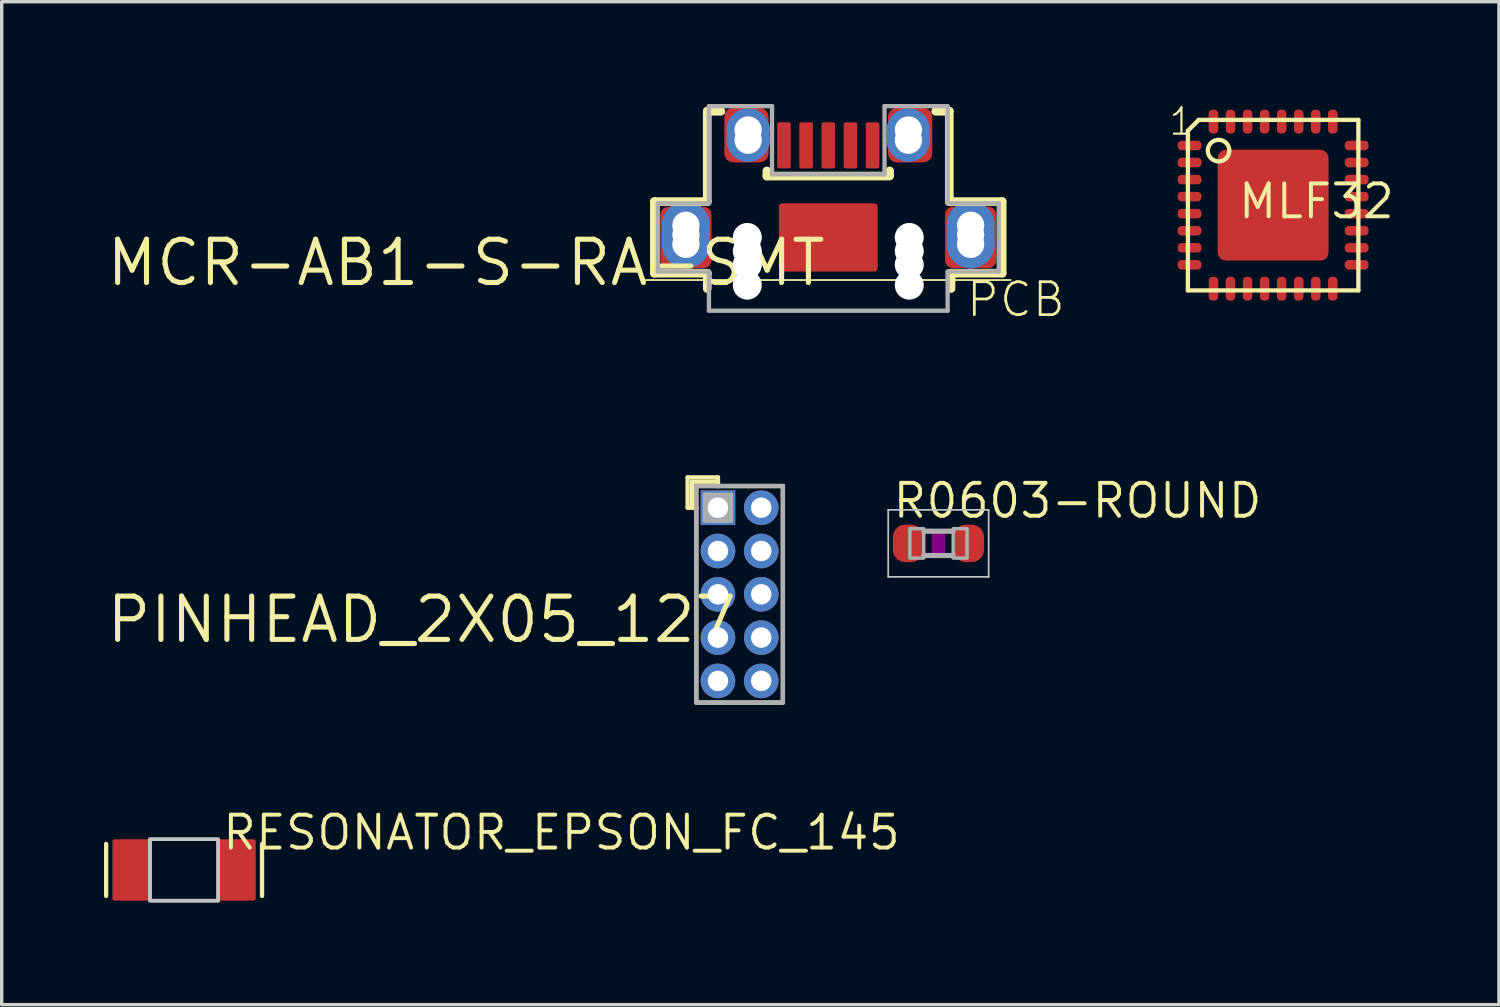
<source format=kicad_pcb>
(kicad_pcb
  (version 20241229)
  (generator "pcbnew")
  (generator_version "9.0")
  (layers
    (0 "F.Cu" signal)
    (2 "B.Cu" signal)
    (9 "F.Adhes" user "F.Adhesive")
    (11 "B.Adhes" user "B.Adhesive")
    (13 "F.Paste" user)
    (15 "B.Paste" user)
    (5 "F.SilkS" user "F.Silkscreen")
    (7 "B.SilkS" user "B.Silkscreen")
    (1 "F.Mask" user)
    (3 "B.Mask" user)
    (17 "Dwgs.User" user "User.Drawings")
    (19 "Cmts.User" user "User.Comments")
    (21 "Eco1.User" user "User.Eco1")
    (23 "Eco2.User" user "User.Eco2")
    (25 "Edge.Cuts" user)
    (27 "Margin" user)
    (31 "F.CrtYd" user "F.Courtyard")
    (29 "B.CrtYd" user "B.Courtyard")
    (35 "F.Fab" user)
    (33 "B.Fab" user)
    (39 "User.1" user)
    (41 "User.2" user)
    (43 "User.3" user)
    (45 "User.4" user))
  (footprint "PINHEAD_2X05_127"
    (layer "F.Cu")
    (at 18.641 14.38)
    (property "Reference" "PINHEAD_2X05_127" (at 0 0 0) (layer "F.SilkS") (effects (font (size 1.27 1.27) (thickness 0.15)) (justify right top)))
    (attr through_hole)
    (fp_line (start -1.524 -3.429) (end -1.524 -2.54) (stroke (width 0.127) (type solid)) (layer "F.SilkS"))
    (fp_line (start -1.524 -2.54) (end -1.27 -2.54) (stroke (width 0.127) (type solid)) (layer "F.SilkS"))
    (fp_line (start -1.397 -3.302) (end -0.635 -3.302) (stroke (width 0.127) (type solid)) (layer "F.SilkS"))
    (fp_line (start -1.397 -2.54) (end -1.397 -3.302) (stroke (width 0.127) (type solid)) (layer "F.SilkS"))
    (fp_line (start -1.27 -3.175) (end -0.635 -3.175) (stroke (width 0.127) (type solid)) (layer "F.SilkS"))
    (fp_line (start -1.27 -2.54) (end -1.397 -2.54) (stroke (width 0.127) (type solid)) (layer "F.SilkS"))
    (fp_line (start -1.27 -2.54) (end -1.27 -3.175) (stroke (width 0.127) (type solid)) (layer "F.SilkS"))
    (fp_line (start -1.27 3.175) (end -1.27 -2.54) (stroke (width 0.127) (type solid)) (layer "F.SilkS"))
    (fp_line (start -0.635 -3.429) (end -1.524 -3.429) (stroke (width 0.127) (type solid)) (layer "F.SilkS"))
    (fp_line (start -0.635 -3.302) (end -0.635 -3.175) (stroke (width 0.127) (type solid)) (layer "F.SilkS"))
    (fp_line (start -0.635 -3.175) (end -0.635 -3.429) (stroke (width 0.127) (type solid)) (layer "F.SilkS"))
    (fp_line (start -0.635 -3.175) (end 1.27 -3.175) (stroke (width 0.127) (type solid)) (layer "F.SilkS"))
    (fp_line (start 1.27 -3.175) (end 1.27 3.175) (stroke (width 0.127) (type solid)) (layer "F.SilkS"))
    (fp_line (start 1.27 3.175) (end -1.27 3.175) (stroke (width 0.127) (type solid)) (layer "F.SilkS"))
    (fp_line (start -1.27 -3.175) (end 1.27 -3.175) (stroke (width 0.127) (type solid)) (layer "F.Fab"))
    (fp_line (start -1.27 3.175) (end -1.27 -3.175) (stroke (width 0.127) (type solid)) (layer "F.Fab"))
    (fp_line (start -1.016 -2.921) (end -0.254 -2.921) (stroke (width 0.127) (type solid)) (layer "F.Fab"))
    (fp_line (start -1.016 -2.159) (end -1.016 -2.921) (stroke (width 0.127) (type solid)) (layer "F.Fab"))
    (fp_line (start -0.889 -2.794) (end -0.889 -2.286) (stroke (width 0.127) (type solid)) (layer "F.Fab"))
    (fp_line (start -0.889 -2.286) (end -0.381 -2.286) (stroke (width 0.127) (type solid)) (layer "F.Fab"))
    (fp_line (start -0.762 -2.667) (end -0.762 -2.413) (stroke (width 0.127) (type solid)) (layer "F.Fab"))
    (fp_line (start -0.762 -2.413) (end -0.635 -2.413) (stroke (width 0.127) (type solid)) (layer "F.Fab"))
    (fp_line (start -0.635 -2.667) (end -0.635 -2.413) (stroke (width 0.127) (type solid)) (layer "F.Fab"))
    (fp_line (start -0.635 -2.413) (end -0.508 -2.413) (stroke (width 0.127) (type solid)) (layer "F.Fab"))
    (fp_line (start -0.508 -2.667) (end -0.635 -2.667) (stroke (width 0.127) (type solid)) (layer "F.Fab"))
    (fp_line (start -0.508 -2.413) (end -0.508 -2.667) (stroke (width 0.127) (type solid)) (layer "F.Fab"))
    (fp_line (start -0.381 -2.794) (end -0.889 -2.794) (stroke (width 0.127) (type solid)) (layer "F.Fab"))
    (fp_line (start -0.381 -2.286) (end -0.381 -2.794) (stroke (width 0.127) (type solid)) (layer "F.Fab"))
    (fp_line (start -0.254 -2.921) (end -0.254 -2.159) (stroke (width 0.127) (type solid)) (layer "F.Fab"))
    (fp_line (start -0.254 -2.159) (end -1.016 -2.159) (stroke (width 0.127) (type solid)) (layer "F.Fab"))
    (fp_line (start 1.27 -3.175) (end 1.27 3.175) (stroke (width 0.127) (type solid)) (layer "F.Fab"))
    (fp_line (start 1.27 3.175) (end -1.27 3.175) (stroke (width 0.127) (type solid)) (layer "F.Fab"))
    (pad "1" thru_hole rect (at -0.635 -2.54) (size 1.016 1.016) (drill 0.6) (layers "*.Cu" "*.Mask"))
    (pad "2" thru_hole circle (at 0.635 -2.54) (size 1.016 1.016) (drill 0.6) (layers "*.Cu" "*.Mask"))
    (pad "3" thru_hole circle (at -0.635 -1.27) (size 1.016 1.016) (drill 0.6) (layers "*.Cu" "*.Mask"))
    (pad "4" thru_hole circle (at 0.635 -1.27) (size 1.016 1.016) (drill 0.6) (layers "*.Cu" "*.Mask"))
    (pad "5" thru_hole circle (at -0.635 0) (size 1.016 1.016) (drill 0.6) (layers "*.Cu" "*.Mask"))
    (pad "6" thru_hole circle (at 0.635 0) (size 1.016 1.016) (drill 0.6) (layers "*.Cu" "*.Mask"))
    (pad "7" thru_hole circle (at -0.635 1.27) (size 1.016 1.016) (drill 0.6) (layers "*.Cu" "*.Mask"))
    (pad "8" thru_hole circle (at 0.635 1.27) (size 1.016 1.016) (drill 0.6) (layers "*.Cu" "*.Mask"))
    (pad "9" thru_hole circle (at -0.635 2.54) (size 1.016 1.016) (drill 0.6) (layers "*.Cu" "*.Mask"))
    (pad "10" thru_hole circle (at 0.635 2.54) (size 1.016 1.016) (drill 0.6) (layers "*.Cu" "*.Mask")))
  (footprint "MCR-AB1-S-RA-SMT"
    (layer "F.Cu")
    (at 21.242 3.913)
    (property "Reference" "MCR-AB1-S-RA-SMT" (at 0 0 0) (layer "F.SilkS") (effects (font (size 1.27 1.27) (thickness 0.15)) (justify right top)))
    (attr through_hole)
    (fp_line (start -5.35 1.25) (end 5.35 1.25) (stroke (width 0.051) (type solid)) (layer "F.SilkS"))
    (fp_line (start -5.1 -1.05) (end -5.1 1.05) (stroke (width 0.254) (type solid)) (layer "F.SilkS"))
    (fp_line (start -5.1 1.05) (end -3.55 1.05) (stroke (width 0.254) (type solid)) (layer "F.SilkS"))
    (fp_line (start -3.55 -3.7) (end -3.55 -1.05) (stroke (width 0.254) (type solid)) (layer "F.SilkS"))
    (fp_line (start -3.55 -1.05) (end -5.1 -1.05) (stroke (width 0.254) (type solid)) (layer "F.SilkS"))
    (fp_line (start -3.55 1.05) (end -3.55 1.5) (stroke (width 0.254) (type solid)) (layer "F.SilkS"))
    (fp_line (start -3.15 -3.7) (end -3.55 -3.7) (stroke (width 0.254) (type solid)) (layer "F.SilkS"))
    (fp_line (start -1.8 -1.8) (end -1.8 -1.95) (stroke (width 0.254) (type solid)) (layer "F.SilkS"))
    (fp_line (start -1.75 -1.8) (end -1.8 -1.8) (stroke (width 0.254) (type solid)) (layer "F.SilkS"))
    (fp_line (start -1.7 -1.8) (end 1.75 -1.8) (stroke (width 0.254) (type solid)) (layer "F.SilkS"))
    (fp_line (start 1.8 -1.8) (end 1.8 -1.95) (stroke (width 0.254) (type solid)) (layer "F.SilkS"))
    (fp_line (start 3.55 -3.7) (end 3.15 -3.7) (stroke (width 0.254) (type solid)) (layer "F.SilkS"))
    (fp_line (start 3.55 -1.05) (end 3.55 -3.7) (stroke (width 0.254) (type solid)) (layer "F.SilkS"))
    (fp_line (start 3.6 1.05) (end 5.1 1.05) (stroke (width 0.254) (type solid)) (layer "F.SilkS"))
    (fp_line (start 3.6 1.5) (end 3.6 1.05) (stroke (width 0.254) (type solid)) (layer "F.SilkS"))
    (fp_line (start 5.1 -1.05) (end 3.55 -1.05) (stroke (width 0.254) (type solid)) (layer "F.SilkS"))
    (fp_line (start 5.1 1.05) (end 5.1 -1.05) (stroke (width 0.254) (type solid)) (layer "F.SilkS"))
    (fp_line (start -3.8 -0.525) (end -3.8 0.525) (stroke (width 0.075) (type solid)) (layer "F.Paste"))
    (fp_line (start -5 -1) (end -5 1) (stroke (width 0.127) (type solid)) (layer "F.Fab"))
    (fp_line (start -5 1) (end -3.5 1) (stroke (width 0.127) (type solid)) (layer "F.Fab"))
    (fp_line (start -3.5 -3.85) (end -3.5 -1) (stroke (width 0.127) (type solid)) (layer "F.Fab"))
    (fp_line (start -3.5 -1) (end -5 -1) (stroke (width 0.127) (type solid)) (layer "F.Fab"))
    (fp_line (start -3.5 1) (end -3.5 2.15) (stroke (width 0.127) (type solid)) (layer "F.Fab"))
    (fp_line (start -3.5 2.15) (end 3.5 2.15) (stroke (width 0.127) (type solid)) (layer "F.Fab"))
    (fp_line (start -1.65 -3.85) (end -3.5 -3.85) (stroke (width 0.127) (type solid)) (layer "F.Fab"))
    (fp_line (start -1.65 -3.85) (end -1.65 -1.85) (stroke (width 0.127) (type solid)) (layer "F.Fab"))
    (fp_line (start -1.65 -1.85) (end 1.65 -1.85) (stroke (width 0.127) (type solid)) (layer "F.Fab"))
    (fp_line (start 1.65 -1.85) (end 1.65 -3.85) (stroke (width 0.127) (type solid)) (layer "F.Fab"))
    (fp_line (start 3.5 -3.85) (end 1.65 -3.85) (stroke (width 0.127) (type solid)) (layer "F.Fab"))
    (fp_line (start 3.5 -1) (end 3.5 -3.85) (stroke (width 0.127) (type solid)) (layer "F.Fab"))
    (fp_line (start 3.5 1) (end 5 1) (stroke (width 0.127) (type solid)) (layer "F.Fab"))
    (fp_line (start 3.5 2.15) (end 3.5 1) (stroke (width 0.127) (type solid)) (layer "F.Fab"))
    (fp_line (start 5 -1) (end 3.5 -1) (stroke (width 0.127) (type solid)) (layer "F.Fab"))
    (fp_line (start 5 1) (end 5 -1) (stroke (width 0.127) (type solid)) (layer "F.Fab"))
    (fp_text user "Modify SOLDER PADS" (at 6.35 3.81 0) (layer "B.Mask") (effects (font (size 0.772 0.772) (thickness 0.065)) (justify left bottom mirror)))
    (fp_text user "PCB" (at 4.001 2.387 0) (layer "F.SilkS") (effects (font (size 0.965 0.965) (thickness 0.081)) (justify left bottom)))
    (pad "" np_thru_hole circle (at -2.375 0) (size 0.85 0.85) (drill 0.85) (layers "*.Cu" "*.Mask"))
    (pad "" np_thru_hole circle (at -2.375 0.4) (size 0.85 0.85) (drill 0.85) (layers "*.Cu" "*.Mask"))
    (pad "" np_thru_hole circle (at -2.375 0.8) (size 0.85 0.85) (drill 0.85) (layers "*.Cu" "*.Mask"))
    (pad "" np_thru_hole circle (at -2.375 1.4) (size 0.85 0.85) (drill 0.85) (layers "*.Cu" "*.Mask"))
    (pad "" np_thru_hole circle (at 2.375 0) (size 0.85 0.85) (drill 0.85) (layers "*.Cu" "*.Mask"))
    (pad "" np_thru_hole circle (at 2.375 0.4) (size 0.85 0.85) (drill 0.85) (layers "*.Cu" "*.Mask"))
    (pad "" np_thru_hole circle (at 2.375 0.8) (size 0.85 0.85) (drill 0.85) (layers "*.Cu" "*.Mask"))
    (pad "" np_thru_hole circle (at 2.375 1.4) (size 0.85 0.85) (drill 0.85) (layers "*.Cu" "*.Mask"))
    (pad "1" smd roundrect (at -1.3 -2.7 90) (size 1.35 0.4) (layers "F.Cu" "F.Mask" "F.Paste") (roundrect_rratio 0.127))
    (pad "2" smd roundrect (at -0.65 -2.7 90) (size 1.35 0.4) (layers "F.Cu" "F.Mask" "F.Paste") (roundrect_rratio 0.127))
    (pad "3" smd roundrect (at 0 -2.7 90) (size 1.35 0.4) (layers "F.Cu" "F.Mask" "F.Paste") (roundrect_rratio 0.127))
    (pad "4" smd roundrect (at 0.65 -2.7 90) (size 1.35 0.4) (layers "F.Cu" "F.Mask" "F.Paste") (roundrect_rratio 0.127))
    (pad "5" smd roundrect (at 1.3 -2.7 90) (size 1.35 0.4) (layers "F.Cu" "F.Mask" "F.Paste") (roundrect_rratio 0.127))
    (pad "P$1" thru_hole circle (at -4.175 -0.356) (size 1.41 1.41) (drill 0.8) (layers "*.Cu" "*.Mask"))
    (pad "P$2" smd roundrect (at 0 0) (size 2.9 2) (layers "F.Cu" "F.Mask" "F.Paste") (roundrect_rratio 0.05))
    (pad "P$3" thru_hole circle (at -4.175 -0.076) (size 1.41 1.41) (drill 0.8) (layers "*.Cu" "*.Mask"))
    (pad "P$4" thru_hole circle (at -4.175 0.203) (size 1.41 1.41) (drill 0.8) (layers "*.Cu" "*.Mask"))
    (pad "P$5" thru_hole circle (at 4.175 -0.356) (size 1.41 1.41) (drill 0.8) (layers "*.Cu" "*.Mask"))
    (pad "P$6" thru_hole circle (at 4.175 -0.076) (size 1.41 1.41) (drill 0.8) (layers "*.Cu" "*.Mask"))
    (pad "P$7" thru_hole circle (at 4.175 0.203) (size 1.41 1.41) (drill 0.8) (layers "*.Cu" "*.Mask"))
    (pad "P$8" thru_hole circle (at -2.35 -3.15) (size 1.27 1.27) (drill 0.8) (layers "*.Cu" "*.Mask"))
    (pad "P$9" thru_hole circle (at -2.35 -2.85) (size 1.27 1.27) (drill 0.8) (layers "*.Cu" "*.Mask"))
    (pad "P$10" thru_hole circle (at 2.35 -3.15) (size 1.27 1.27) (drill 0.8) (layers "*.Cu" "*.Mask"))
    (pad "P$11" thru_hole circle (at 2.35 -2.85) (size 1.27 1.27) (drill 0.8) (layers "*.Cu" "*.Mask"))
    (pad "S1" smd roundrect (at -2.4 -3 90) (size 1.6 1.3) (layers "F.Cu" "F.Mask" "F.Paste") (roundrect_rratio 0.2))
    (pad "S2" smd roundrect (at 2.4 -3 90) (size 1.6 1.3) (layers "F.Cu" "F.Mask" "F.Paste") (roundrect_rratio 0.2))
    (pad "S3" smd roundrect (at -4.175 0 90) (size 1.8 1.5) (layers "F.Cu" "F.Mask" "F.Paste") (roundrect_rratio 0.15))
    (pad "S4" smd roundrect (at 4.175 0 90) (size 1.8 1.5) (layers "F.Cu" "F.Mask" "F.Paste") (roundrect_rratio 0.15)))
  (footprint "RESONATOR_EPSON_FC_145"
    (layer "F.Cu")
    (at 2.349 22.465)
    (property "Reference" "RESONATOR_EPSON_FC_145" (at 1.067 -0.533 0) (layer "F.SilkS") (effects (font (size 0.965 0.965) (thickness 0.116)) (justify left bottom)))
    (attr through_hole)
    (fp_line (start -2.286 -0.762) (end -2.286 0.762) (stroke (width 0.127) (type solid)) (layer "F.SilkS"))
    (fp_line (start 2.286 -0.762) (end 2.286 0.762) (stroke (width 0.127) (type solid)) (layer "F.SilkS"))
    (fp_poly (pts (xy -1 0.9) (xy 1 0.9) (xy 1 -0.9) (xy -1 -0.9)) (stroke (width 0.1) (type solid)) (fill no) (layer "Dwgs.User"))
    (fp_poly (pts (xy -1 0.9) (xy 1 0.9) (xy 1 -0.9) (xy -1 -0.9)) (stroke (width 0.1) (type solid)) (fill no) (layer "Dwgs.User"))
    (fp_poly (pts (xy -1 0.9) (xy 1 0.9) (xy 1 -0.9) (xy -1 -0.9)) (stroke (width 0.1) (type solid)) (fill no) (layer "Dwgs.User"))
    (pad "P$1" smd roundrect (at -1.55 0 90) (size 1.8 1.1) (layers "F.Cu" "F.Mask" "F.Paste") (roundrect_rratio 0.05))
    (pad "P$2" smd roundrect (at 1.55 0 90) (size 1.8 1.1) (layers "F.Cu" "F.Mask" "F.Paste") (roundrect_rratio 0.05)))
  (footprint "R0603-ROUND"
    (layer "F.Cu")
    (at 24.473 12.886)
    (property "Reference" "R0603-ROUND" (at -1.397 -0.686 0) (layer "F.SilkS") (effects (font (size 0.965 0.965) (thickness 0.116)) (justify left bottom)))
    (attr through_hole)
    (fp_poly (pts (xy -0.2 0.4) (xy 0.2 0.4) (xy 0.2 -0.4) (xy -0.2 -0.4)) (stroke (width 0) (type solid)) (fill yes) (layer "F.Adhes"))
    (fp_line (start -1.473 -0.983) (end 1.473 -0.983) (stroke (width 0.051) (type solid)) (layer "Dwgs.User"))
    (fp_line (start -1.473 0.983) (end -1.473 -0.983) (stroke (width 0.051) (type solid)) (layer "Dwgs.User"))
    (fp_line (start 1.473 -0.983) (end 1.473 0.983) (stroke (width 0.051) (type solid)) (layer "Dwgs.User"))
    (fp_line (start 1.473 0.983) (end -1.473 0.983) (stroke (width 0.051) (type solid)) (layer "Dwgs.User"))
    (fp_line (start -0.432 0.356) (end 0.432 0.356) (stroke (width 0.152) (type solid)) (layer "F.Fab"))
    (fp_line (start 0.432 -0.356) (end -0.432 -0.356) (stroke (width 0.152) (type solid)) (layer "F.Fab"))
    (fp_poly (pts (xy -0.838 0.432) (xy -0.432 0.432) (xy -0.432 -0.432) (xy -0.838 -0.432)) (stroke (width 0.1) (type solid)) (fill no) (layer "F.Fab"))
    (fp_poly (pts (xy 0.432 0.432) (xy 0.838 0.432) (xy 0.838 -0.432) (xy 0.432 -0.432)) (stroke (width 0.1) (type solid)) (fill no) (layer "F.Fab"))
    (pad "1" smd roundrect (at -0.889 0) (size 0.898 1.1) (layers "F.Cu" "F.Mask" "F.Paste") (roundrect_rratio 0.4))
    (pad "2" smd roundrect (at 0.889 0) (size 0.898 1.1) (layers "F.Cu" "F.Mask" "F.Paste") (roundrect_rratio 0.4)))
  (footprint "MLF32"
    (layer "F.Cu")
    (at 34.289 2.967)
    (property "Reference" "MLF32" (at -1.081 0.451 0) (layer "F.SilkS") (effects (font (size 0.965 0.965) (thickness 0.116)) (justify left bottom)))
    (attr through_hole)
    (fp_poly (pts (xy 0 -1.27) (xy 0.248 -1.246) (xy 0.486 -1.173) (xy 0.706 -1.056) (xy 0.898 -0.898) (xy 1.056 -0.706) (xy 1.173 -0.486) (xy 1.27 0) (xy 1.246 0.248) (xy 1.173 0.486) (xy 1.056 0.706) (xy 0.898 0.898) (xy 0.706 1.056) (xy 0.486 1.173) (xy 0 1.27) (xy -0.248 1.246) (xy -0.486 1.173) (xy -0.706 1.056) (xy -0.898 0.898) (xy -1.056 0.706) (xy -1.173 0.486) (xy -1.27 0) (xy -1.246 -0.248) (xy -1.173 -0.486) (xy -1.056 -0.706) (xy -0.898 -0.898) (xy -0.706 -1.056) (xy -0.486 -1.173)) (stroke (width 0) (type solid)) (fill yes) (layer "F.Mask"))
    (fp_line (start -2.5 -2.183) (end -2.5 2.5) (stroke (width 0.127) (type solid)) (layer "F.SilkS"))
    (fp_line (start -2.5 2.5) (end 2.5 2.5) (stroke (width 0.127) (type solid)) (layer "F.SilkS"))
    (fp_line (start -2.183 -2.5) (end -2.5 -2.183) (stroke (width 0.127) (type solid)) (layer "F.SilkS"))
    (fp_line (start 2.5 -2.5) (end -2.183 -2.5) (stroke (width 0.127) (type solid)) (layer "F.SilkS"))
    (fp_line (start 2.5 2.5) (end 2.5 -2.5) (stroke (width 0.127) (type solid)) (layer "F.SilkS"))
    (fp_circle (center -1.6 -1.6) (end -1.284 -1.6) (stroke (width 0.127) (type solid)) (fill no) (layer "F.SilkS"))
    (fp_poly (pts (xy -0.635 0.635) (xy 0.635 0.635) (xy 0.635 -0.635) (xy -0.635 -0.635)) (stroke (width 0) (type solid)) (fill yes) (layer "F.Paste"))
    (fp_text user "1" (at -3.1 -2 0) (layer "F.SilkS") (effects (font (size 0.772 0.772) (thickness 0.065)) (justify left bottom)))
    (pad "1" smd roundrect (at -2.45 -1.75 90) (size 0.28 0.7) (layers "F.Cu" "F.Mask" "F.Paste") (roundrect_rratio 0.4))
    (pad "2" smd roundrect (at -2.45 -1.25 90) (size 0.28 0.7) (layers "F.Cu" "F.Mask" "F.Paste") (roundrect_rratio 0.4))
    (pad "3" smd roundrect (at -2.45 -0.75 90) (size 0.28 0.7) (layers "F.Cu" "F.Mask" "F.Paste") (roundrect_rratio 0.4))
    (pad "4" smd roundrect (at -2.45 -0.25 90) (size 0.28 0.7) (layers "F.Cu" "F.Mask" "F.Paste") (roundrect_rratio 0.4))
    (pad "5" smd roundrect (at -2.45 0.25 90) (size 0.28 0.7) (layers "F.Cu" "F.Mask" "F.Paste") (roundrect_rratio 0.4))
    (pad "6" smd roundrect (at -2.45 0.75 90) (size 0.28 0.7) (layers "F.Cu" "F.Mask" "F.Paste") (roundrect_rratio 0.4))
    (pad "7" smd roundrect (at -2.45 1.25 90) (size 0.28 0.7) (layers "F.Cu" "F.Mask" "F.Paste") (roundrect_rratio 0.4))
    (pad "8" smd roundrect (at -2.45 1.75 90) (size 0.28 0.7) (layers "F.Cu" "F.Mask" "F.Paste") (roundrect_rratio 0.4))
    (pad "9" smd roundrect (at -1.75 2.45 180) (size 0.28 0.7) (layers "F.Cu" "F.Mask" "F.Paste") (roundrect_rratio 0.4))
    (pad "10" smd roundrect (at -1.25 2.45 180) (size 0.28 0.7) (layers "F.Cu" "F.Mask" "F.Paste") (roundrect_rratio 0.4))
    (pad "11" smd roundrect (at -0.75 2.45 180) (size 0.28 0.7) (layers "F.Cu" "F.Mask" "F.Paste") (roundrect_rratio 0.4))
    (pad "12" smd roundrect (at -0.25 2.45 180) (size 0.28 0.7) (layers "F.Cu" "F.Mask" "F.Paste") (roundrect_rratio 0.4))
    (pad "13" smd roundrect (at 0.25 2.45 180) (size 0.28 0.7) (layers "F.Cu" "F.Mask" "F.Paste") (roundrect_rratio 0.4))
    (pad "14" smd roundrect (at 0.75 2.45 180) (size 0.28 0.7) (layers "F.Cu" "F.Mask" "F.Paste") (roundrect_rratio 0.4))
    (pad "15" smd roundrect (at 1.25 2.45 180) (size 0.28 0.7) (layers "F.Cu" "F.Mask" "F.Paste") (roundrect_rratio 0.4))
    (pad "16" smd roundrect (at 1.75 2.45 180) (size 0.28 0.7) (layers "F.Cu" "F.Mask" "F.Paste") (roundrect_rratio 0.4))
    (pad "17" smd roundrect (at 2.45 1.75 90) (size 0.28 0.7) (layers "F.Cu" "F.Mask" "F.Paste") (roundrect_rratio 0.4))
    (pad "18" smd roundrect (at 2.45 1.25 90) (size 0.28 0.7) (layers "F.Cu" "F.Mask" "F.Paste") (roundrect_rratio 0.4))
    (pad "19" smd roundrect (at 2.45 0.75 90) (size 0.28 0.7) (layers "F.Cu" "F.Mask" "F.Paste") (roundrect_rratio 0.4))
    (pad "20" smd roundrect (at 2.45 0.25 90) (size 0.28 0.7) (layers "F.Cu" "F.Mask" "F.Paste") (roundrect_rratio 0.4))
    (pad "21" smd roundrect (at 2.45 -0.25 90) (size 0.28 0.7) (layers "F.Cu" "F.Mask" "F.Paste") (roundrect_rratio 0.4))
    (pad "22" smd roundrect (at 2.45 -0.75 90) (size 0.28 0.7) (layers "F.Cu" "F.Mask" "F.Paste") (roundrect_rratio 0.4))
    (pad "23" smd roundrect (at 2.45 -1.25 90) (size 0.28 0.7) (layers "F.Cu" "F.Mask" "F.Paste") (roundrect_rratio 0.4))
    (pad "24" smd roundrect (at 2.45 -1.75 90) (size 0.28 0.7) (layers "F.Cu" "F.Mask" "F.Paste") (roundrect_rratio 0.4))
    (pad "25" smd roundrect (at 1.75 -2.45 180) (size 0.28 0.7) (layers "F.Cu" "F.Mask" "F.Paste") (roundrect_rratio 0.4))
    (pad "26" smd roundrect (at 1.25 -2.45 180) (size 0.28 0.7) (layers "F.Cu" "F.Mask" "F.Paste") (roundrect_rratio 0.4))
    (pad "27" smd roundrect (at 0.75 -2.45 180) (size 0.28 0.7) (layers "F.Cu" "F.Mask" "F.Paste") (roundrect_rratio 0.4))
    (pad "28" smd roundrect (at 0.25 -2.45 180) (size 0.28 0.7) (layers "F.Cu" "F.Mask" "F.Paste") (roundrect_rratio 0.4))
    (pad "29" smd roundrect (at -0.25 -2.45 180) (size 0.28 0.7) (layers "F.Cu" "F.Mask" "F.Paste") (roundrect_rratio 0.4))
    (pad "30" smd roundrect (at -0.75 -2.45 180) (size 0.28 0.7) (layers "F.Cu" "F.Mask" "F.Paste") (roundrect_rratio 0.4))
    (pad "31" smd roundrect (at -1.25 -2.45 180) (size 0.28 0.7) (layers "F.Cu" "F.Mask" "F.Paste") (roundrect_rratio 0.4))
    (pad "32" smd roundrect (at -1.75 -2.45 180) (size 0.28 0.7) (layers "F.Cu" "F.Mask" "F.Paste") (roundrect_rratio 0.4))
    (pad "33" smd roundrect (at 0 0 180) (size 3.254 3.254) (layers "F.Cu" "F.Mask") (roundrect_rratio 0.075)))
  (gr_rect
    (start -3 -3)
    (end 40.913 26.415)
    (stroke (width 0.1) (type default))
    (fill no)
    (layer "Edge.Cuts")))
</source>
